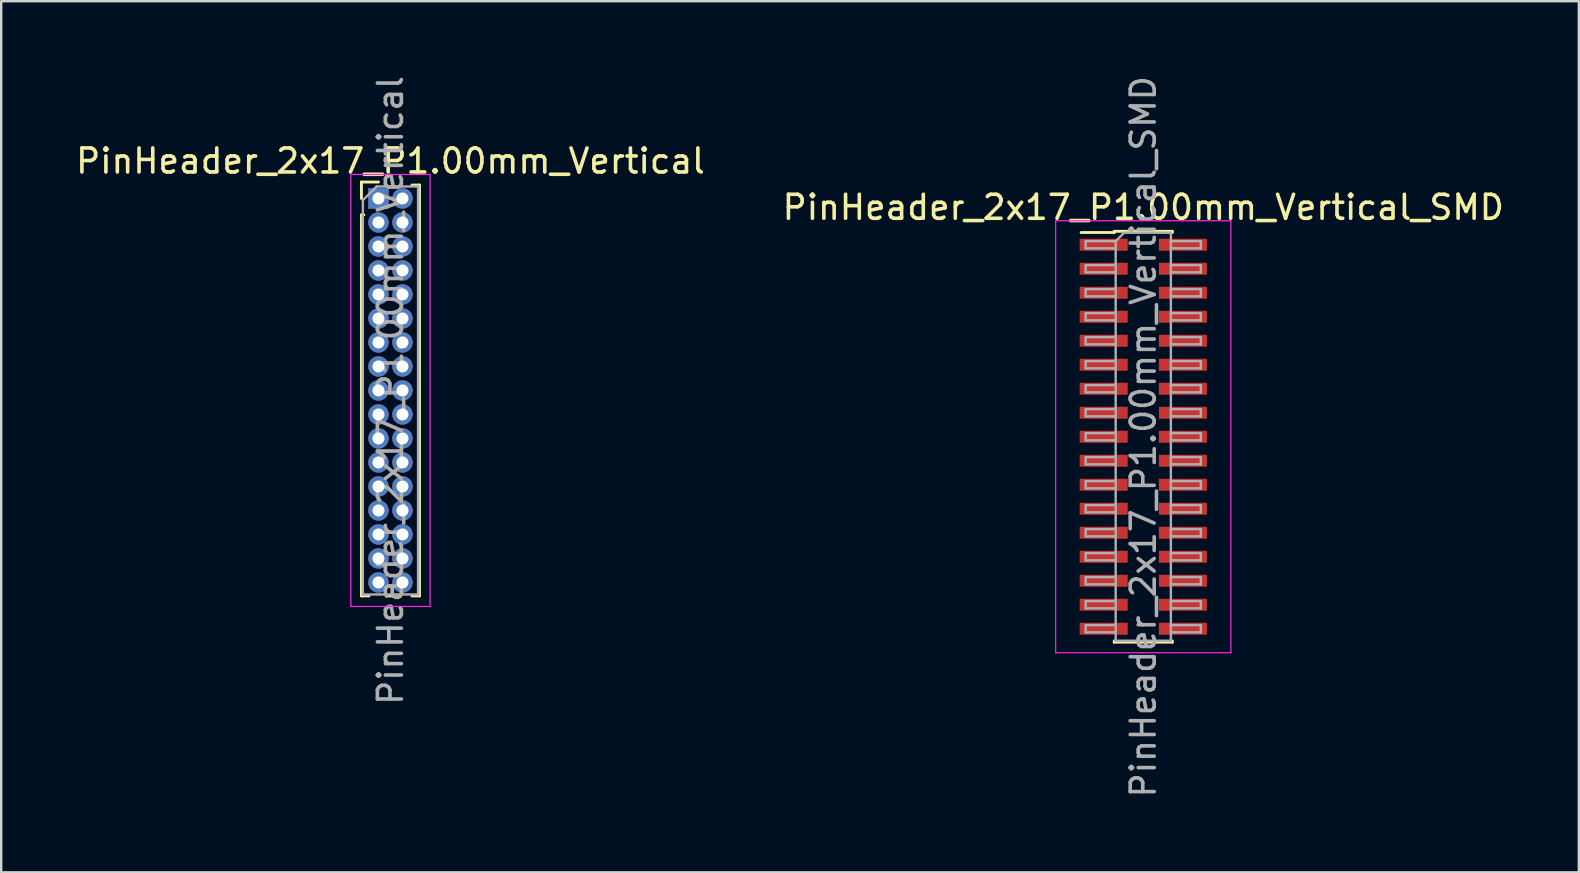
<source format=kicad_pcb>
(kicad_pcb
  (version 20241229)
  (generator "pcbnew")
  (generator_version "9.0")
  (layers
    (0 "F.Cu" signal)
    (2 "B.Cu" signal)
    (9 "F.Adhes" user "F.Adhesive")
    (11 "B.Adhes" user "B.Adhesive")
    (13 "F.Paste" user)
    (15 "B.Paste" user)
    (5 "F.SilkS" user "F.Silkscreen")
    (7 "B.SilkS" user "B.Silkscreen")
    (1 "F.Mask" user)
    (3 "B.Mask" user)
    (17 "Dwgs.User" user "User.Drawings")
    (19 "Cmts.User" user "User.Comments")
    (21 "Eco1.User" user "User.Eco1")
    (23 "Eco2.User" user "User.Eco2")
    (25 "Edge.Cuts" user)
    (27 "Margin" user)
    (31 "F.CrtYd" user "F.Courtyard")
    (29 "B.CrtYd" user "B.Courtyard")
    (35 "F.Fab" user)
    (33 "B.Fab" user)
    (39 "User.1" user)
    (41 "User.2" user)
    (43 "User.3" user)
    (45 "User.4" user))
  (footprint "PinHeader_2x17_P1.00mm_Vertical"
    (layer "F.Cu")
    (at 12.72 5.22)
    (property "Reference" "PinHeader_2x17_P1.00mm_Vertical" (at 0.5 -1.56 0) (layer "F.SilkS") (effects (font (size 1 1) (thickness 0.15))))
    (attr through_hole)
    (fp_line (start -0.71 -0.685) (end 0 -0.685) (stroke (width 0.12) (type solid)) (layer "F.SilkS"))
    (fp_line (start -0.71 0) (end -0.71 -0.685) (stroke (width 0.12) (type solid)) (layer "F.SilkS"))
    (fp_line (start -0.71 0.685) (end -0.71 16.56) (stroke (width 0.12) (type solid)) (layer "F.SilkS"))
    (fp_line (start -0.71 0.685) (end -0.608 0.685) (stroke (width 0.12) (type solid)) (layer "F.SilkS"))
    (fp_line (start -0.71 16.56) (end -0.394 16.56) (stroke (width 0.12) (type solid)) (layer "F.SilkS"))
    (fp_line (start 0.394 16.56) (end 0.606 16.56) (stroke (width 0.12) (type solid)) (layer "F.SilkS"))
    (fp_line (start 1.394 -0.56) (end 1.71 -0.56) (stroke (width 0.12) (type solid)) (layer "F.SilkS"))
    (fp_line (start 1.394 16.56) (end 1.71 16.56) (stroke (width 0.12) (type solid)) (layer "F.SilkS"))
    (fp_line (start 1.71 -0.56) (end 1.71 16.56) (stroke (width 0.12) (type solid)) (layer "F.SilkS"))
    (fp_line (start -1.15 -1) (end -1.15 17) (stroke (width 0.05) (type solid)) (layer "F.CrtYd"))
    (fp_line (start -1.15 17) (end 2.15 17) (stroke (width 0.05) (type solid)) (layer "F.CrtYd"))
    (fp_line (start 2.15 -1) (end -1.15 -1) (stroke (width 0.05) (type solid)) (layer "F.CrtYd"))
    (fp_line (start 2.15 17) (end 2.15 -1) (stroke (width 0.05) (type solid)) (layer "F.CrtYd"))
    (fp_line (start -0.65 0.075) (end -0.075 -0.5) (stroke (width 0.1) (type solid)) (layer "F.Fab"))
    (fp_line (start -0.65 16.5) (end -0.65 0.075) (stroke (width 0.1) (type solid)) (layer "F.Fab"))
    (fp_line (start -0.075 -0.5) (end 1.65 -0.5) (stroke (width 0.1) (type solid)) (layer "F.Fab"))
    (fp_line (start 1.65 -0.5) (end 1.65 16.5) (stroke (width 0.1) (type solid)) (layer "F.Fab"))
    (fp_line (start 1.65 16.5) (end -0.65 16.5) (stroke (width 0.1) (type solid)) (layer "F.Fab"))
    (fp_text user "${REFERENCE}" (at 0.5 8 90) (layer "F.Fab") (effects (font (size 1 1) (thickness 0.15))))
    (pad "1" thru_hole rect (at 0 0) (size 0.85 0.85) (drill 0.5) (layers "*.Cu" "*.Mask"))
    (pad "2" thru_hole oval (at 1 0) (size 0.85 0.85) (drill 0.5) (layers "*.Cu" "*.Mask"))
    (pad "3" thru_hole oval (at 0 1) (size 0.85 0.85) (drill 0.5) (layers "*.Cu" "*.Mask"))
    (pad "4" thru_hole oval (at 1 1) (size 0.85 0.85) (drill 0.5) (layers "*.Cu" "*.Mask"))
    (pad "5" thru_hole oval (at 0 2) (size 0.85 0.85) (drill 0.5) (layers "*.Cu" "*.Mask"))
    (pad "6" thru_hole oval (at 1 2) (size 0.85 0.85) (drill 0.5) (layers "*.Cu" "*.Mask"))
    (pad "7" thru_hole oval (at 0 3) (size 0.85 0.85) (drill 0.5) (layers "*.Cu" "*.Mask"))
    (pad "8" thru_hole oval (at 1 3) (size 0.85 0.85) (drill 0.5) (layers "*.Cu" "*.Mask"))
    (pad "9" thru_hole oval (at 0 4) (size 0.85 0.85) (drill 0.5) (layers "*.Cu" "*.Mask"))
    (pad "10" thru_hole oval (at 1 4) (size 0.85 0.85) (drill 0.5) (layers "*.Cu" "*.Mask"))
    (pad "11" thru_hole oval (at 0 5) (size 0.85 0.85) (drill 0.5) (layers "*.Cu" "*.Mask"))
    (pad "12" thru_hole oval (at 1 5) (size 0.85 0.85) (drill 0.5) (layers "*.Cu" "*.Mask"))
    (pad "13" thru_hole oval (at 0 6) (size 0.85 0.85) (drill 0.5) (layers "*.Cu" "*.Mask"))
    (pad "14" thru_hole oval (at 1 6) (size 0.85 0.85) (drill 0.5) (layers "*.Cu" "*.Mask"))
    (pad "15" thru_hole oval (at 0 7) (size 0.85 0.85) (drill 0.5) (layers "*.Cu" "*.Mask"))
    (pad "16" thru_hole oval (at 1 7) (size 0.85 0.85) (drill 0.5) (layers "*.Cu" "*.Mask"))
    (pad "17" thru_hole oval (at 0 8) (size 0.85 0.85) (drill 0.5) (layers "*.Cu" "*.Mask"))
    (pad "18" thru_hole oval (at 1 8) (size 0.85 0.85) (drill 0.5) (layers "*.Cu" "*.Mask"))
    (pad "19" thru_hole oval (at 0 9) (size 0.85 0.85) (drill 0.5) (layers "*.Cu" "*.Mask"))
    (pad "20" thru_hole oval (at 1 9) (size 0.85 0.85) (drill 0.5) (layers "*.Cu" "*.Mask"))
    (pad "21" thru_hole oval (at 0 10) (size 0.85 0.85) (drill 0.5) (layers "*.Cu" "*.Mask"))
    (pad "22" thru_hole oval (at 1 10) (size 0.85 0.85) (drill 0.5) (layers "*.Cu" "*.Mask"))
    (pad "23" thru_hole oval (at 0 11) (size 0.85 0.85) (drill 0.5) (layers "*.Cu" "*.Mask"))
    (pad "24" thru_hole oval (at 1 11) (size 0.85 0.85) (drill 0.5) (layers "*.Cu" "*.Mask"))
    (pad "25" thru_hole oval (at 0 12) (size 0.85 0.85) (drill 0.5) (layers "*.Cu" "*.Mask"))
    (pad "26" thru_hole oval (at 1 12) (size 0.85 0.85) (drill 0.5) (layers "*.Cu" "*.Mask"))
    (pad "27" thru_hole oval (at 0 13) (size 0.85 0.85) (drill 0.5) (layers "*.Cu" "*.Mask"))
    (pad "28" thru_hole oval (at 1 13) (size 0.85 0.85) (drill 0.5) (layers "*.Cu" "*.Mask"))
    (pad "29" thru_hole oval (at 0 14) (size 0.85 0.85) (drill 0.5) (layers "*.Cu" "*.Mask"))
    (pad "30" thru_hole oval (at 1 14) (size 0.85 0.85) (drill 0.5) (layers "*.Cu" "*.Mask"))
    (pad "31" thru_hole oval (at 0 15) (size 0.85 0.85) (drill 0.5) (layers "*.Cu" "*.Mask"))
    (pad "32" thru_hole oval (at 1 15) (size 0.85 0.85) (drill 0.5) (layers "*.Cu" "*.Mask"))
    (pad "33" thru_hole oval (at 0 16) (size 0.85 0.85) (drill 0.5) (layers "*.Cu" "*.Mask"))
    (pad "34" thru_hole oval (at 1 16) (size 0.85 0.85) (drill 0.5) (layers "*.Cu" "*.Mask")))
  (footprint "PinHeader_2x17_P1.00mm_Vertical_SMD"
    (layer "F.Cu")
    (at 44.589 15.149)
    (property "Reference" "PinHeader_2x17_P1.00mm_Vertical_SMD" (at 0 -9.56 0) (layer "F.SilkS") (effects (font (size 1 1) (thickness 0.15))))
    (attr smd)
    (fp_line (start -2.59 -8.51) (end -1.21 -8.51) (stroke (width 0.12) (type solid)) (layer "F.SilkS"))
    (fp_line (start -1.21 -8.56) (end -1.21 -8.51) (stroke (width 0.12) (type solid)) (layer "F.SilkS"))
    (fp_line (start -1.21 -8.56) (end 1.21 -8.56) (stroke (width 0.12) (type solid)) (layer "F.SilkS"))
    (fp_line (start -1.21 8.51) (end -1.21 8.56) (stroke (width 0.12) (type solid)) (layer "F.SilkS"))
    (fp_line (start -1.21 8.56) (end 1.21 8.56) (stroke (width 0.12) (type solid)) (layer "F.SilkS"))
    (fp_line (start 1.21 -8.56) (end 1.21 -8.51) (stroke (width 0.12) (type solid)) (layer "F.SilkS"))
    (fp_line (start 1.21 8.51) (end 1.21 8.56) (stroke (width 0.12) (type solid)) (layer "F.SilkS"))
    (fp_line (start -3.65 -9) (end -3.65 9) (stroke (width 0.05) (type solid)) (layer "F.CrtYd"))
    (fp_line (start -3.65 9) (end 3.65 9) (stroke (width 0.05) (type solid)) (layer "F.CrtYd"))
    (fp_line (start 3.65 -9) (end -3.65 -9) (stroke (width 0.05) (type solid)) (layer "F.CrtYd"))
    (fp_line (start 3.65 9) (end 3.65 -9) (stroke (width 0.05) (type solid)) (layer "F.CrtYd"))
    (fp_line (start -2.4 -8.15) (end -2.4 -7.85) (stroke (width 0.1) (type solid)) (layer "F.Fab"))
    (fp_line (start -2.4 -7.85) (end -1.15 -7.85) (stroke (width 0.1) (type solid)) (layer "F.Fab"))
    (fp_line (start -2.4 -7.15) (end -2.4 -6.85) (stroke (width 0.1) (type solid)) (layer "F.Fab"))
    (fp_line (start -2.4 -6.85) (end -1.15 -6.85) (stroke (width 0.1) (type solid)) (layer "F.Fab"))
    (fp_line (start -2.4 -6.15) (end -2.4 -5.85) (stroke (width 0.1) (type solid)) (layer "F.Fab"))
    (fp_line (start -2.4 -5.85) (end -1.15 -5.85) (stroke (width 0.1) (type solid)) (layer "F.Fab"))
    (fp_line (start -2.4 -5.15) (end -2.4 -4.85) (stroke (width 0.1) (type solid)) (layer "F.Fab"))
    (fp_line (start -2.4 -4.85) (end -1.15 -4.85) (stroke (width 0.1) (type solid)) (layer "F.Fab"))
    (fp_line (start -2.4 -4.15) (end -2.4 -3.85) (stroke (width 0.1) (type solid)) (layer "F.Fab"))
    (fp_line (start -2.4 -3.85) (end -1.15 -3.85) (stroke (width 0.1) (type solid)) (layer "F.Fab"))
    (fp_line (start -2.4 -3.15) (end -2.4 -2.85) (stroke (width 0.1) (type solid)) (layer "F.Fab"))
    (fp_line (start -2.4 -2.85) (end -1.15 -2.85) (stroke (width 0.1) (type solid)) (layer "F.Fab"))
    (fp_line (start -2.4 -2.15) (end -2.4 -1.85) (stroke (width 0.1) (type solid)) (layer "F.Fab"))
    (fp_line (start -2.4 -1.85) (end -1.15 -1.85) (stroke (width 0.1) (type solid)) (layer "F.Fab"))
    (fp_line (start -2.4 -1.15) (end -2.4 -0.85) (stroke (width 0.1) (type solid)) (layer "F.Fab"))
    (fp_line (start -2.4 -0.85) (end -1.15 -0.85) (stroke (width 0.1) (type solid)) (layer "F.Fab"))
    (fp_line (start -2.4 -0.15) (end -2.4 0.15) (stroke (width 0.1) (type solid)) (layer "F.Fab"))
    (fp_line (start -2.4 0.15) (end -1.15 0.15) (stroke (width 0.1) (type solid)) (layer "F.Fab"))
    (fp_line (start -2.4 0.85) (end -2.4 1.15) (stroke (width 0.1) (type solid)) (layer "F.Fab"))
    (fp_line (start -2.4 1.15) (end -1.15 1.15) (stroke (width 0.1) (type solid)) (layer "F.Fab"))
    (fp_line (start -2.4 1.85) (end -2.4 2.15) (stroke (width 0.1) (type solid)) (layer "F.Fab"))
    (fp_line (start -2.4 2.15) (end -1.15 2.15) (stroke (width 0.1) (type solid)) (layer "F.Fab"))
    (fp_line (start -2.4 2.85) (end -2.4 3.15) (stroke (width 0.1) (type solid)) (layer "F.Fab"))
    (fp_line (start -2.4 3.15) (end -1.15 3.15) (stroke (width 0.1) (type solid)) (layer "F.Fab"))
    (fp_line (start -2.4 3.85) (end -2.4 4.15) (stroke (width 0.1) (type solid)) (layer "F.Fab"))
    (fp_line (start -2.4 4.15) (end -1.15 4.15) (stroke (width 0.1) (type solid)) (layer "F.Fab"))
    (fp_line (start -2.4 4.85) (end -2.4 5.15) (stroke (width 0.1) (type solid)) (layer "F.Fab"))
    (fp_line (start -2.4 5.15) (end -1.15 5.15) (stroke (width 0.1) (type solid)) (layer "F.Fab"))
    (fp_line (start -2.4 5.85) (end -2.4 6.15) (stroke (width 0.1) (type solid)) (layer "F.Fab"))
    (fp_line (start -2.4 6.15) (end -1.15 6.15) (stroke (width 0.1) (type solid)) (layer "F.Fab"))
    (fp_line (start -2.4 6.85) (end -2.4 7.15) (stroke (width 0.1) (type solid)) (layer "F.Fab"))
    (fp_line (start -2.4 7.15) (end -1.15 7.15) (stroke (width 0.1) (type solid)) (layer "F.Fab"))
    (fp_line (start -2.4 7.85) (end -2.4 8.15) (stroke (width 0.1) (type solid)) (layer "F.Fab"))
    (fp_line (start -2.4 8.15) (end -1.15 8.15) (stroke (width 0.1) (type solid)) (layer "F.Fab"))
    (fp_line (start -1.15 -8.15) (end -2.4 -8.15) (stroke (width 0.1) (type solid)) (layer "F.Fab"))
    (fp_line (start -1.15 -8.15) (end -0.8 -8.5) (stroke (width 0.1) (type solid)) (layer "F.Fab"))
    (fp_line (start -1.15 -7.15) (end -2.4 -7.15) (stroke (width 0.1) (type solid)) (layer "F.Fab"))
    (fp_line (start -1.15 -6.15) (end -2.4 -6.15) (stroke (width 0.1) (type solid)) (layer "F.Fab"))
    (fp_line (start -1.15 -5.15) (end -2.4 -5.15) (stroke (width 0.1) (type solid)) (layer "F.Fab"))
    (fp_line (start -1.15 -4.15) (end -2.4 -4.15) (stroke (width 0.1) (type solid)) (layer "F.Fab"))
    (fp_line (start -1.15 -3.15) (end -2.4 -3.15) (stroke (width 0.1) (type solid)) (layer "F.Fab"))
    (fp_line (start -1.15 -2.15) (end -2.4 -2.15) (stroke (width 0.1) (type solid)) (layer "F.Fab"))
    (fp_line (start -1.15 -1.15) (end -2.4 -1.15) (stroke (width 0.1) (type solid)) (layer "F.Fab"))
    (fp_line (start -1.15 -0.15) (end -2.4 -0.15) (stroke (width 0.1) (type solid)) (layer "F.Fab"))
    (fp_line (start -1.15 0.85) (end -2.4 0.85) (stroke (width 0.1) (type solid)) (layer "F.Fab"))
    (fp_line (start -1.15 1.85) (end -2.4 1.85) (stroke (width 0.1) (type solid)) (layer "F.Fab"))
    (fp_line (start -1.15 2.85) (end -2.4 2.85) (stroke (width 0.1) (type solid)) (layer "F.Fab"))
    (fp_line (start -1.15 3.85) (end -2.4 3.85) (stroke (width 0.1) (type solid)) (layer "F.Fab"))
    (fp_line (start -1.15 4.85) (end -2.4 4.85) (stroke (width 0.1) (type solid)) (layer "F.Fab"))
    (fp_line (start -1.15 5.85) (end -2.4 5.85) (stroke (width 0.1) (type solid)) (layer "F.Fab"))
    (fp_line (start -1.15 6.85) (end -2.4 6.85) (stroke (width 0.1) (type solid)) (layer "F.Fab"))
    (fp_line (start -1.15 7.85) (end -2.4 7.85) (stroke (width 0.1) (type solid)) (layer "F.Fab"))
    (fp_line (start -1.15 8.5) (end -1.15 -8.15) (stroke (width 0.1) (type solid)) (layer "F.Fab"))
    (fp_line (start -0.8 -8.5) (end 1.15 -8.5) (stroke (width 0.1) (type solid)) (layer "F.Fab"))
    (fp_line (start 1.15 -8.5) (end 1.15 8.5) (stroke (width 0.1) (type solid)) (layer "F.Fab"))
    (fp_line (start 1.15 -8.15) (end 2.4 -8.15) (stroke (width 0.1) (type solid)) (layer "F.Fab"))
    (fp_line (start 1.15 -7.15) (end 2.4 -7.15) (stroke (width 0.1) (type solid)) (layer "F.Fab"))
    (fp_line (start 1.15 -6.15) (end 2.4 -6.15) (stroke (width 0.1) (type solid)) (layer "F.Fab"))
    (fp_line (start 1.15 -5.15) (end 2.4 -5.15) (stroke (width 0.1) (type solid)) (layer "F.Fab"))
    (fp_line (start 1.15 -4.15) (end 2.4 -4.15) (stroke (width 0.1) (type solid)) (layer "F.Fab"))
    (fp_line (start 1.15 -3.15) (end 2.4 -3.15) (stroke (width 0.1) (type solid)) (layer "F.Fab"))
    (fp_line (start 1.15 -2.15) (end 2.4 -2.15) (stroke (width 0.1) (type solid)) (layer "F.Fab"))
    (fp_line (start 1.15 -1.15) (end 2.4 -1.15) (stroke (width 0.1) (type solid)) (layer "F.Fab"))
    (fp_line (start 1.15 -0.15) (end 2.4 -0.15) (stroke (width 0.1) (type solid)) (layer "F.Fab"))
    (fp_line (start 1.15 0.85) (end 2.4 0.85) (stroke (width 0.1) (type solid)) (layer "F.Fab"))
    (fp_line (start 1.15 1.85) (end 2.4 1.85) (stroke (width 0.1) (type solid)) (layer "F.Fab"))
    (fp_line (start 1.15 2.85) (end 2.4 2.85) (stroke (width 0.1) (type solid)) (layer "F.Fab"))
    (fp_line (start 1.15 3.85) (end 2.4 3.85) (stroke (width 0.1) (type solid)) (layer "F.Fab"))
    (fp_line (start 1.15 4.85) (end 2.4 4.85) (stroke (width 0.1) (type solid)) (layer "F.Fab"))
    (fp_line (start 1.15 5.85) (end 2.4 5.85) (stroke (width 0.1) (type solid)) (layer "F.Fab"))
    (fp_line (start 1.15 6.85) (end 2.4 6.85) (stroke (width 0.1) (type solid)) (layer "F.Fab"))
    (fp_line (start 1.15 7.85) (end 2.4 7.85) (stroke (width 0.1) (type solid)) (layer "F.Fab"))
    (fp_line (start 1.15 8.5) (end -1.15 8.5) (stroke (width 0.1) (type solid)) (layer "F.Fab"))
    (fp_line (start 2.4 -8.15) (end 2.4 -7.85) (stroke (width 0.1) (type solid)) (layer "F.Fab"))
    (fp_line (start 2.4 -7.85) (end 1.15 -7.85) (stroke (width 0.1) (type solid)) (layer "F.Fab"))
    (fp_line (start 2.4 -7.15) (end 2.4 -6.85) (stroke (width 0.1) (type solid)) (layer "F.Fab"))
    (fp_line (start 2.4 -6.85) (end 1.15 -6.85) (stroke (width 0.1) (type solid)) (layer "F.Fab"))
    (fp_line (start 2.4 -6.15) (end 2.4 -5.85) (stroke (width 0.1) (type solid)) (layer "F.Fab"))
    (fp_line (start 2.4 -5.85) (end 1.15 -5.85) (stroke (width 0.1) (type solid)) (layer "F.Fab"))
    (fp_line (start 2.4 -5.15) (end 2.4 -4.85) (stroke (width 0.1) (type solid)) (layer "F.Fab"))
    (fp_line (start 2.4 -4.85) (end 1.15 -4.85) (stroke (width 0.1) (type solid)) (layer "F.Fab"))
    (fp_line (start 2.4 -4.15) (end 2.4 -3.85) (stroke (width 0.1) (type solid)) (layer "F.Fab"))
    (fp_line (start 2.4 -3.85) (end 1.15 -3.85) (stroke (width 0.1) (type solid)) (layer "F.Fab"))
    (fp_line (start 2.4 -3.15) (end 2.4 -2.85) (stroke (width 0.1) (type solid)) (layer "F.Fab"))
    (fp_line (start 2.4 -2.85) (end 1.15 -2.85) (stroke (width 0.1) (type solid)) (layer "F.Fab"))
    (fp_line (start 2.4 -2.15) (end 2.4 -1.85) (stroke (width 0.1) (type solid)) (layer "F.Fab"))
    (fp_line (start 2.4 -1.85) (end 1.15 -1.85) (stroke (width 0.1) (type solid)) (layer "F.Fab"))
    (fp_line (start 2.4 -1.15) (end 2.4 -0.85) (stroke (width 0.1) (type solid)) (layer "F.Fab"))
    (fp_line (start 2.4 -0.85) (end 1.15 -0.85) (stroke (width 0.1) (type solid)) (layer "F.Fab"))
    (fp_line (start 2.4 -0.15) (end 2.4 0.15) (stroke (width 0.1) (type solid)) (layer "F.Fab"))
    (fp_line (start 2.4 0.15) (end 1.15 0.15) (stroke (width 0.1) (type solid)) (layer "F.Fab"))
    (fp_line (start 2.4 0.85) (end 2.4 1.15) (stroke (width 0.1) (type solid)) (layer "F.Fab"))
    (fp_line (start 2.4 1.15) (end 1.15 1.15) (stroke (width 0.1) (type solid)) (layer "F.Fab"))
    (fp_line (start 2.4 1.85) (end 2.4 2.15) (stroke (width 0.1) (type solid)) (layer "F.Fab"))
    (fp_line (start 2.4 2.15) (end 1.15 2.15) (stroke (width 0.1) (type solid)) (layer "F.Fab"))
    (fp_line (start 2.4 2.85) (end 2.4 3.15) (stroke (width 0.1) (type solid)) (layer "F.Fab"))
    (fp_line (start 2.4 3.15) (end 1.15 3.15) (stroke (width 0.1) (type solid)) (layer "F.Fab"))
    (fp_line (start 2.4 3.85) (end 2.4 4.15) (stroke (width 0.1) (type solid)) (layer "F.Fab"))
    (fp_line (start 2.4 4.15) (end 1.15 4.15) (stroke (width 0.1) (type solid)) (layer "F.Fab"))
    (fp_line (start 2.4 4.85) (end 2.4 5.15) (stroke (width 0.1) (type solid)) (layer "F.Fab"))
    (fp_line (start 2.4 5.15) (end 1.15 5.15) (stroke (width 0.1) (type solid)) (layer "F.Fab"))
    (fp_line (start 2.4 5.85) (end 2.4 6.15) (stroke (width 0.1) (type solid)) (layer "F.Fab"))
    (fp_line (start 2.4 6.15) (end 1.15 6.15) (stroke (width 0.1) (type solid)) (layer "F.Fab"))
    (fp_line (start 2.4 6.85) (end 2.4 7.15) (stroke (width 0.1) (type solid)) (layer "F.Fab"))
    (fp_line (start 2.4 7.15) (end 1.15 7.15) (stroke (width 0.1) (type solid)) (layer "F.Fab"))
    (fp_line (start 2.4 7.85) (end 2.4 8.15) (stroke (width 0.1) (type solid)) (layer "F.Fab"))
    (fp_line (start 2.4 8.15) (end 1.15 8.15) (stroke (width 0.1) (type solid)) (layer "F.Fab"))
    (fp_text user "${REFERENCE}" (at 0 0 90) (layer "F.Fab") (effects (font (size 1 1) (thickness 0.15))))
    (pad "1" smd rect (at -1.65 -8) (size 2 0.5) (layers "F.Cu" "F.Mask" "F.Paste"))
    (pad "2" smd rect (at 1.65 -8) (size 2 0.5) (layers "F.Cu" "F.Mask" "F.Paste"))
    (pad "3" smd rect (at -1.65 -7) (size 2 0.5) (layers "F.Cu" "F.Mask" "F.Paste"))
    (pad "4" smd rect (at 1.65 -7) (size 2 0.5) (layers "F.Cu" "F.Mask" "F.Paste"))
    (pad "5" smd rect (at -1.65 -6) (size 2 0.5) (layers "F.Cu" "F.Mask" "F.Paste"))
    (pad "6" smd rect (at 1.65 -6) (size 2 0.5) (layers "F.Cu" "F.Mask" "F.Paste"))
    (pad "7" smd rect (at -1.65 -5) (size 2 0.5) (layers "F.Cu" "F.Mask" "F.Paste"))
    (pad "8" smd rect (at 1.65 -5) (size 2 0.5) (layers "F.Cu" "F.Mask" "F.Paste"))
    (pad "9" smd rect (at -1.65 -4) (size 2 0.5) (layers "F.Cu" "F.Mask" "F.Paste"))
    (pad "10" smd rect (at 1.65 -4) (size 2 0.5) (layers "F.Cu" "F.Mask" "F.Paste"))
    (pad "11" smd rect (at -1.65 -3) (size 2 0.5) (layers "F.Cu" "F.Mask" "F.Paste"))
    (pad "12" smd rect (at 1.65 -3) (size 2 0.5) (layers "F.Cu" "F.Mask" "F.Paste"))
    (pad "13" smd rect (at -1.65 -2) (size 2 0.5) (layers "F.Cu" "F.Mask" "F.Paste"))
    (pad "14" smd rect (at 1.65 -2) (size 2 0.5) (layers "F.Cu" "F.Mask" "F.Paste"))
    (pad "15" smd rect (at -1.65 -1) (size 2 0.5) (layers "F.Cu" "F.Mask" "F.Paste"))
    (pad "16" smd rect (at 1.65 -1) (size 2 0.5) (layers "F.Cu" "F.Mask" "F.Paste"))
    (pad "17" smd rect (at -1.65 0) (size 2 0.5) (layers "F.Cu" "F.Mask" "F.Paste"))
    (pad "18" smd rect (at 1.65 0) (size 2 0.5) (layers "F.Cu" "F.Mask" "F.Paste"))
    (pad "19" smd rect (at -1.65 1) (size 2 0.5) (layers "F.Cu" "F.Mask" "F.Paste"))
    (pad "20" smd rect (at 1.65 1) (size 2 0.5) (layers "F.Cu" "F.Mask" "F.Paste"))
    (pad "21" smd rect (at -1.65 2) (size 2 0.5) (layers "F.Cu" "F.Mask" "F.Paste"))
    (pad "22" smd rect (at 1.65 2) (size 2 0.5) (layers "F.Cu" "F.Mask" "F.Paste"))
    (pad "23" smd rect (at -1.65 3) (size 2 0.5) (layers "F.Cu" "F.Mask" "F.Paste"))
    (pad "24" smd rect (at 1.65 3) (size 2 0.5) (layers "F.Cu" "F.Mask" "F.Paste"))
    (pad "25" smd rect (at -1.65 4) (size 2 0.5) (layers "F.Cu" "F.Mask" "F.Paste"))
    (pad "26" smd rect (at 1.65 4) (size 2 0.5) (layers "F.Cu" "F.Mask" "F.Paste"))
    (pad "27" smd rect (at -1.65 5) (size 2 0.5) (layers "F.Cu" "F.Mask" "F.Paste"))
    (pad "28" smd rect (at 1.65 5) (size 2 0.5) (layers "F.Cu" "F.Mask" "F.Paste"))
    (pad "29" smd rect (at -1.65 6) (size 2 0.5) (layers "F.Cu" "F.Mask" "F.Paste"))
    (pad "30" smd rect (at 1.65 6) (size 2 0.5) (layers "F.Cu" "F.Mask" "F.Paste"))
    (pad "31" smd rect (at -1.65 7) (size 2 0.5) (layers "F.Cu" "F.Mask" "F.Paste"))
    (pad "32" smd rect (at 1.65 7) (size 2 0.5) (layers "F.Cu" "F.Mask" "F.Paste"))
    (pad "33" smd rect (at -1.65 8) (size 2 0.5) (layers "F.Cu" "F.Mask" "F.Paste"))
    (pad "34" smd rect (at 1.65 8) (size 2 0.5) (layers "F.Cu" "F.Mask" "F.Paste")))
  (gr_rect
    (start -3 -3)
    (end 62.738 33.298)
    (stroke (width 0.1) (type default))
    (fill no)
    (layer "Edge.Cuts")))
</source>
